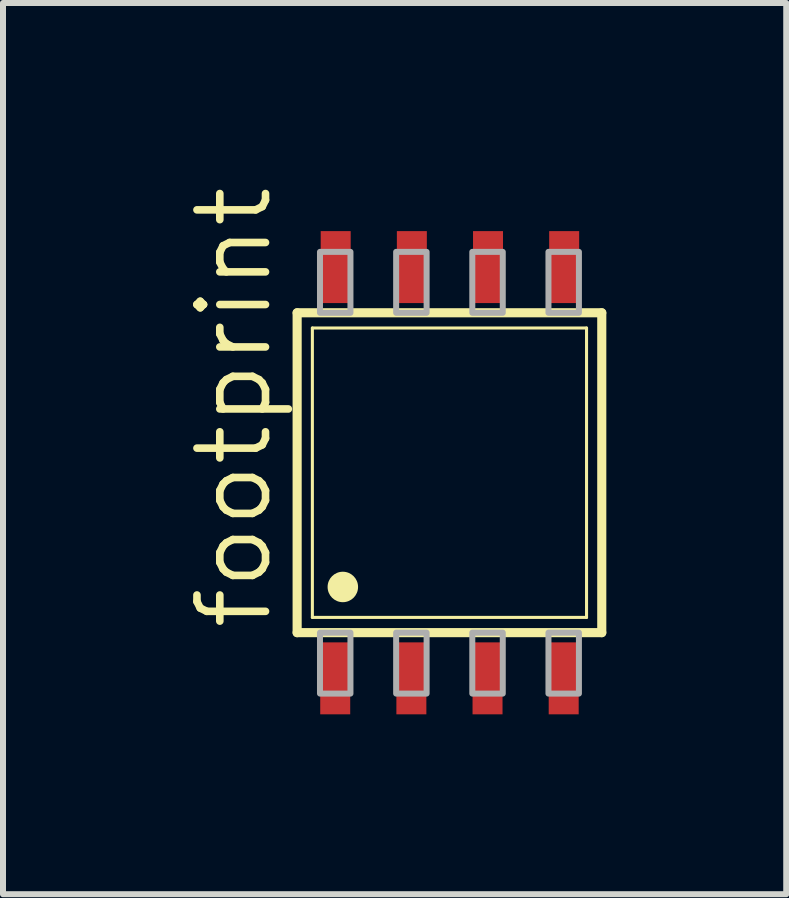
<source format=kicad_pcb>
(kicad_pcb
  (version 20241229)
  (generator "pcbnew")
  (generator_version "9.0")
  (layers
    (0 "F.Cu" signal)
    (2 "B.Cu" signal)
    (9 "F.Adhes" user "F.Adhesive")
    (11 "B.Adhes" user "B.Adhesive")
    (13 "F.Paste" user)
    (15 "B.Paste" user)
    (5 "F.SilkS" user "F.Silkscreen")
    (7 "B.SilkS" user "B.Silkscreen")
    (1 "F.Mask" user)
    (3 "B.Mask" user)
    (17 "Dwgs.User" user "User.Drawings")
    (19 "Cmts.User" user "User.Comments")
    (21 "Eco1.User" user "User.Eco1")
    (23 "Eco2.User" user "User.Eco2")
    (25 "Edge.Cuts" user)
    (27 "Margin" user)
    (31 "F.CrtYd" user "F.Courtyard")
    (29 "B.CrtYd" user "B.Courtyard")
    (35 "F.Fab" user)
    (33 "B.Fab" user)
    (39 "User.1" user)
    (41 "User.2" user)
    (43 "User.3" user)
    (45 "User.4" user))
  (footprint "footprint"
    (layer "F.Cu")
    (at 4.445 4.833)
    (property "Reference" "footprint" (at -2.921 2.667 90) (layer "F.SilkS") (effects (font (size 1.143 1.143) (thickness 0.127)) (justify left bottom)))
    (fp_line (start -2.54 -2.667) (end 2.54 -2.667) (stroke (width 0.152) (type solid)) (layer "F.SilkS"))
    (fp_line (start -2.54 2.667) (end -2.54 -2.667) (stroke (width 0.152) (type solid)) (layer "F.SilkS"))
    (fp_line (start -2.286 -2.413) (end 2.286 -2.413) (stroke (width 0.051) (type solid)) (layer "F.SilkS"))
    (fp_line (start -2.286 2.413) (end -2.286 -2.413) (stroke (width 0.051) (type solid)) (layer "F.SilkS"))
    (fp_line (start 2.286 -2.413) (end 2.286 2.413) (stroke (width 0.051) (type solid)) (layer "F.SilkS"))
    (fp_line (start 2.286 2.413) (end -2.286 2.413) (stroke (width 0.051) (type solid)) (layer "F.SilkS"))
    (fp_line (start 2.54 -2.667) (end 2.54 2.667) (stroke (width 0.152) (type solid)) (layer "F.SilkS"))
    (fp_line (start 2.54 2.667) (end -2.54 2.667) (stroke (width 0.152) (type solid)) (layer "F.SilkS"))
    (fp_circle (center -1.778 1.905) (end -1.651 1.905) (stroke (width 0.254) (type solid)) (fill yes) (layer "F.SilkS"))
    (fp_poly (pts (xy -2.159 -2.667) (xy -1.651 -2.667) (xy -1.651 -3.683) (xy -2.159 -3.683)) (stroke (width 0.1) (type solid)) (fill no) (layer "F.Fab"))
    (fp_poly (pts (xy -2.159 3.683) (xy -1.651 3.683) (xy -1.651 2.667) (xy -2.159 2.667)) (stroke (width 0.1) (type solid)) (fill no) (layer "F.Fab"))
    (fp_poly (pts (xy -0.889 -2.667) (xy -0.381 -2.667) (xy -0.381 -3.683) (xy -0.889 -3.683)) (stroke (width 0.1) (type solid)) (fill no) (layer "F.Fab"))
    (fp_poly (pts (xy -0.889 3.683) (xy -0.381 3.683) (xy -0.381 2.667) (xy -0.889 2.667)) (stroke (width 0.1) (type solid)) (fill no) (layer "F.Fab"))
    (fp_poly (pts (xy 0.381 -2.667) (xy 0.889 -2.667) (xy 0.889 -3.683) (xy 0.381 -3.683)) (stroke (width 0.1) (type solid)) (fill no) (layer "F.Fab"))
    (fp_poly (pts (xy 0.381 3.683) (xy 0.889 3.683) (xy 0.889 2.667) (xy 0.381 2.667)) (stroke (width 0.1) (type solid)) (fill no) (layer "F.Fab"))
    (fp_poly (pts (xy 1.651 -2.667) (xy 2.159 -2.667) (xy 2.159 -3.683) (xy 1.651 -3.683)) (stroke (width 0.1) (type solid)) (fill no) (layer "F.Fab"))
    (fp_poly (pts (xy 1.651 3.683) (xy 2.159 3.683) (xy 2.159 2.667) (xy 1.651 2.667)) (stroke (width 0.1) (type solid)) (fill no) (layer "F.Fab"))
    (pad "1" smd rect (at -1.905 3.429) (size 0.5 1.2) (layers "F.Cu" "F.Mask" "F.Paste"))
    (pad "2" smd rect (at -0.635 3.429) (size 0.5 1.2) (layers "F.Cu" "F.Mask" "F.Paste"))
    (pad "3" smd rect (at 0.635 3.429) (size 0.5 1.2) (layers "F.Cu" "F.Mask" "F.Paste"))
    (pad "4" smd rect (at 1.905 3.429) (size 0.5 1.2) (layers "F.Cu" "F.Mask" "F.Paste"))
    (pad "5" smd rect (at 1.913 -3.429) (size 0.5 1.2) (layers "F.Cu" "F.Mask" "F.Paste"))
    (pad "6" smd rect (at 0.643 -3.429) (size 0.5 1.2) (layers "F.Cu" "F.Mask" "F.Paste"))
    (pad "7" smd rect (at -0.627 -3.429) (size 0.5 1.2) (layers "F.Cu" "F.Mask" "F.Paste"))
    (pad "8" smd rect (at -1.897 -3.429) (size 0.5 1.2) (layers "F.Cu" "F.Mask" "F.Paste")))
  (gr_rect
    (start -3 -3)
    (end 10.061 11.862)
    (stroke (width 0.1) (type default))
    (fill no)
    (layer "Edge.Cuts")))
</source>
